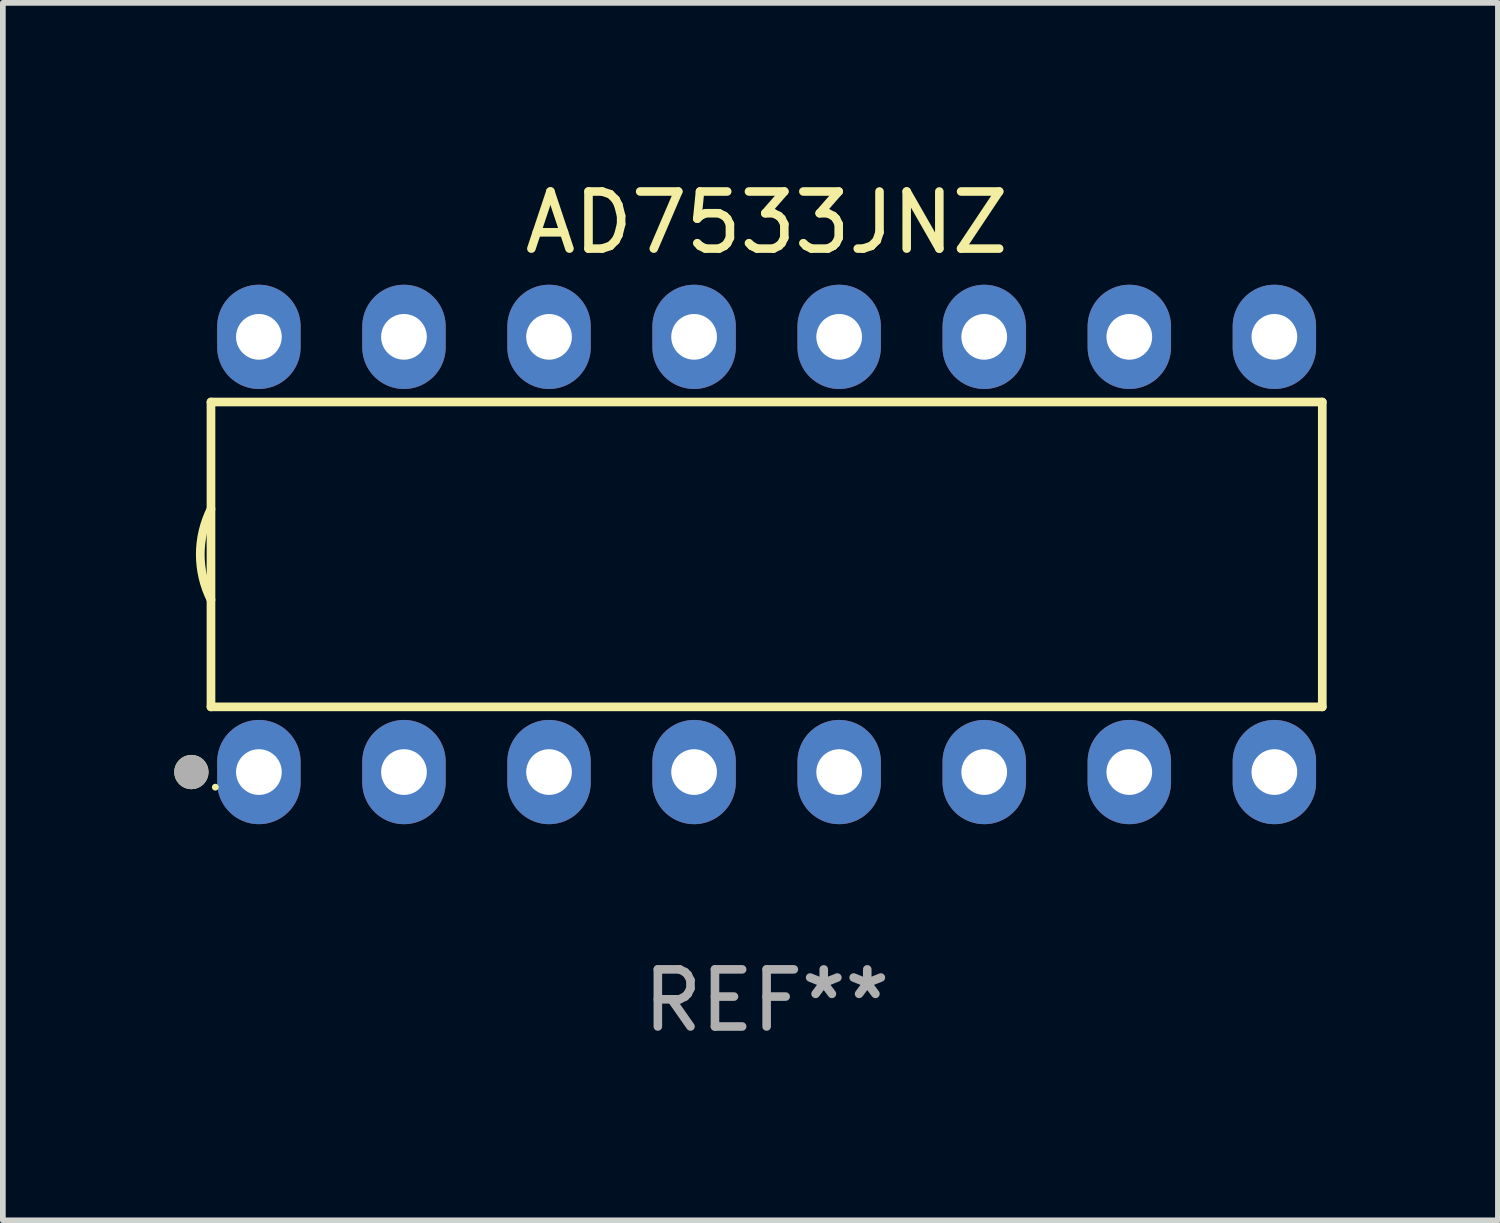
<source format=kicad_pcb>
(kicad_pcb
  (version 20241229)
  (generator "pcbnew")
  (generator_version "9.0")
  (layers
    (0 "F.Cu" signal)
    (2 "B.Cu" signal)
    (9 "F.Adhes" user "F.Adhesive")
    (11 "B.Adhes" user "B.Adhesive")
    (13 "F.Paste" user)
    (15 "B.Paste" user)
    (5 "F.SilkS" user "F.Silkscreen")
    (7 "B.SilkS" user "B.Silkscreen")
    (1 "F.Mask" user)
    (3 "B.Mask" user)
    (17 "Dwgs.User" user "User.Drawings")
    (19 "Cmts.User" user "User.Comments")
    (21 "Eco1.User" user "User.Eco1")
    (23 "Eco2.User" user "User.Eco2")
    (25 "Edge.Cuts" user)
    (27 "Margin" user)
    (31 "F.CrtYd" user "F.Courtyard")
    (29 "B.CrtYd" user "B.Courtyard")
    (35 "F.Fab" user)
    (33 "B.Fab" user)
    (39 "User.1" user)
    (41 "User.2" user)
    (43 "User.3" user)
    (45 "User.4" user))
  (footprint "AD7533JNZ"
    (layer "F.Cu")
    (at 10.373 6.658)
    (property "Reference" "AD7533JNZ" (at 0 -5.81 0) (layer "F.SilkS") (effects (font (size 1 1) (thickness 0.15))))
    (attr through_hole)
    (fp_line (start -9.729 -2.669) (end 9.729 -2.669) (stroke (width 0.152) (type solid)) (layer "F.SilkS"))
    (fp_line (start -9.729 2.669) (end -9.729 -2.669) (stroke (width 0.152) (type solid)) (layer "F.SilkS"))
    (fp_line (start 9.729 -2.669) (end 9.729 2.669) (stroke (width 0.152) (type solid)) (layer "F.SilkS"))
    (fp_line (start 9.729 2.669) (end -9.729 2.669) (stroke (width 0.152) (type solid)) (layer "F.SilkS"))
    (fp_arc (start -9.728727 0.793751) (mid -9.916106 0) (end -9.728727 -0.793752) (stroke (width 0.1524) (type solid)) (layer "F.SilkS"))
    (fp_circle (center -10.072 3.81) (end -9.922 3.81) (stroke (width 0.3) (type solid)) (fill no) (layer "F.SilkS"))
    (fp_circle (center -9.653 4.075) (end -9.623 4.075) (stroke (width 0.06) (type solid)) (fill no) (layer "F.SilkS"))
    (fp_circle (center -10.072 3.81) (end -9.922 3.81) (stroke (width 0.3) (type solid)) (fill no) (layer "F.Fab"))
    (fp_text user "REF**" (at 0 7.81 0) (layer "F.Fab") (effects (font (size 1 1) (thickness 0.15))))
    (pad "1" thru_hole oval (at -8.89 3.81) (size 1.46 1.825) (drill 0.8) (layers "*.Cu" "*.Mask"))
    (pad "2" thru_hole oval (at -6.35 3.81) (size 1.46 1.825) (drill 0.8) (layers "*.Cu" "*.Mask"))
    (pad "3" thru_hole oval (at -3.81 3.81) (size 1.46 1.825) (drill 0.8) (layers "*.Cu" "*.Mask"))
    (pad "4" thru_hole oval (at -1.27 3.81) (size 1.46 1.825) (drill 0.8) (layers "*.Cu" "*.Mask"))
    (pad "5" thru_hole oval (at 1.27 3.81) (size 1.46 1.825) (drill 0.8) (layers "*.Cu" "*.Mask"))
    (pad "6" thru_hole oval (at 3.81 3.81) (size 1.46 1.825) (drill 0.8) (layers "*.Cu" "*.Mask"))
    (pad "7" thru_hole oval (at 6.35 3.81) (size 1.46 1.825) (drill 0.8) (layers "*.Cu" "*.Mask"))
    (pad "8" thru_hole oval (at 8.89 3.81) (size 1.46 1.825) (drill 0.8) (layers "*.Cu" "*.Mask"))
    (pad "9" thru_hole oval (at 8.89 -3.81) (size 1.46 1.825) (drill 0.8) (layers "*.Cu" "*.Mask"))
    (pad "10" thru_hole oval (at 6.35 -3.81) (size 1.46 1.825) (drill 0.8) (layers "*.Cu" "*.Mask"))
    (pad "11" thru_hole oval (at 3.81 -3.81) (size 1.46 1.825) (drill 0.8) (layers "*.Cu" "*.Mask"))
    (pad "12" thru_hole oval (at 1.27 -3.81) (size 1.46 1.825) (drill 0.8) (layers "*.Cu" "*.Mask"))
    (pad "13" thru_hole oval (at -1.27 -3.81) (size 1.46 1.825) (drill 0.8) (layers "*.Cu" "*.Mask"))
    (pad "14" thru_hole oval (at -3.81 -3.81) (size 1.46 1.825) (drill 0.8) (layers "*.Cu" "*.Mask"))
    (pad "15" thru_hole oval (at -6.35 -3.81) (size 1.46 1.825) (drill 0.8) (layers "*.Cu" "*.Mask"))
    (pad "16" thru_hole oval (at -8.89 -3.81) (size 1.46 1.825) (drill 0.8) (layers "*.Cu" "*.Mask")))
  (gr_rect
    (start -3 -3)
    (end 23.177 18.317)
    (stroke (width 0.1) (type default))
    (fill no)
    (layer "Edge.Cuts")))
</source>
